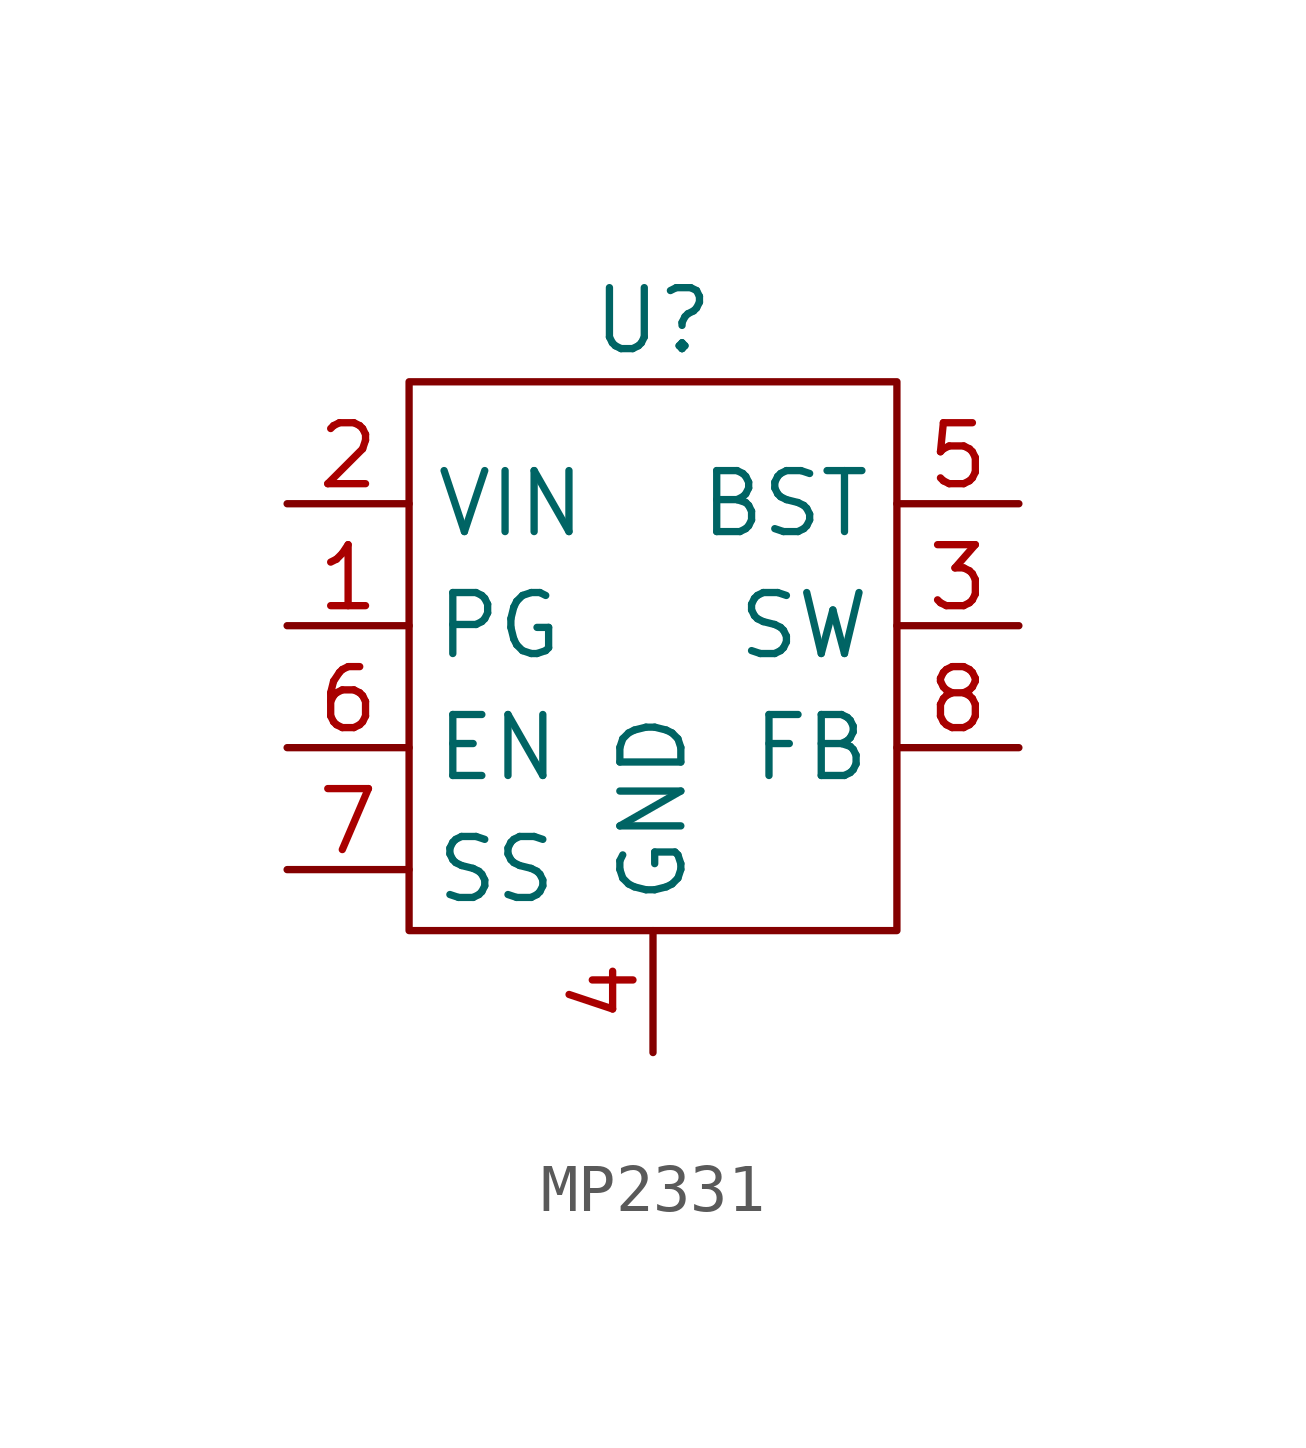
<source format=kicad_sym>
(kicad_symbol_lib
  (version 20241209)
  (generator "kicad_symbol_editor")
  (generator_version "9.0")
  (symbol "MP2331"
    (property "Reference" "U"
      (at 0 0 0)
      (effects (font (size 1.27 1.27))))
    (property "Value" ""
      (at 0 0 0)
      (effects (font (size 1.27 1.27))))
    (symbol "MP2331_1_1"
      (rectangle (start -5.08 -1.27) (end 5.08 -12.7) (stroke (width 0) (type solid)) (fill (type none)))
      (pin power_in line (at -7.62 -3.81 0) (length 2.54) (name "VIN" (effects (font (size 1.27 1.27)))) (number "2" (effects (font (size 1.27 1.27)))))
      (pin open_collector line (at -7.62 -6.35 0) (length 2.54) (name "PG" (effects (font (size 1.27 1.27)))) (number "1" (effects (font (size 1.27 1.27)))))
      (pin input line (at -7.62 -8.89 0) (length 2.54) (name "EN" (effects (font (size 1.27 1.27)))) (number "6" (effects (font (size 1.27 1.27)))))
      (pin input line (at -7.62 -11.43 0) (length 2.54) (name "SS" (effects (font (size 1.27 1.27)))) (number "7" (effects (font (size 1.27 1.27)))))
      (pin power_in line (at 0 -15.24 90) (length 2.54) (name "GND" (effects (font (size 1.27 1.27)))) (number "4" (effects (font (size 1.27 1.27)))))
      (pin unspecified line (at 7.62 -3.81 180) (length 2.54) (name "BST" (effects (font (size 1.27 1.27)))) (number "5" (effects (font (size 1.27 1.27)))))
      (pin power_in line (at 7.62 -6.35 180) (length 2.54) (name "SW" (effects (font (size 1.27 1.27)))) (number "3" (effects (font (size 1.27 1.27)))))
      (pin input line (at 7.62 -8.89 180) (length 2.54) (name "FB" (effects (font (size 1.27 1.27)))) (number "8" (effects (font (size 1.27 1.27))))))))
</source>
